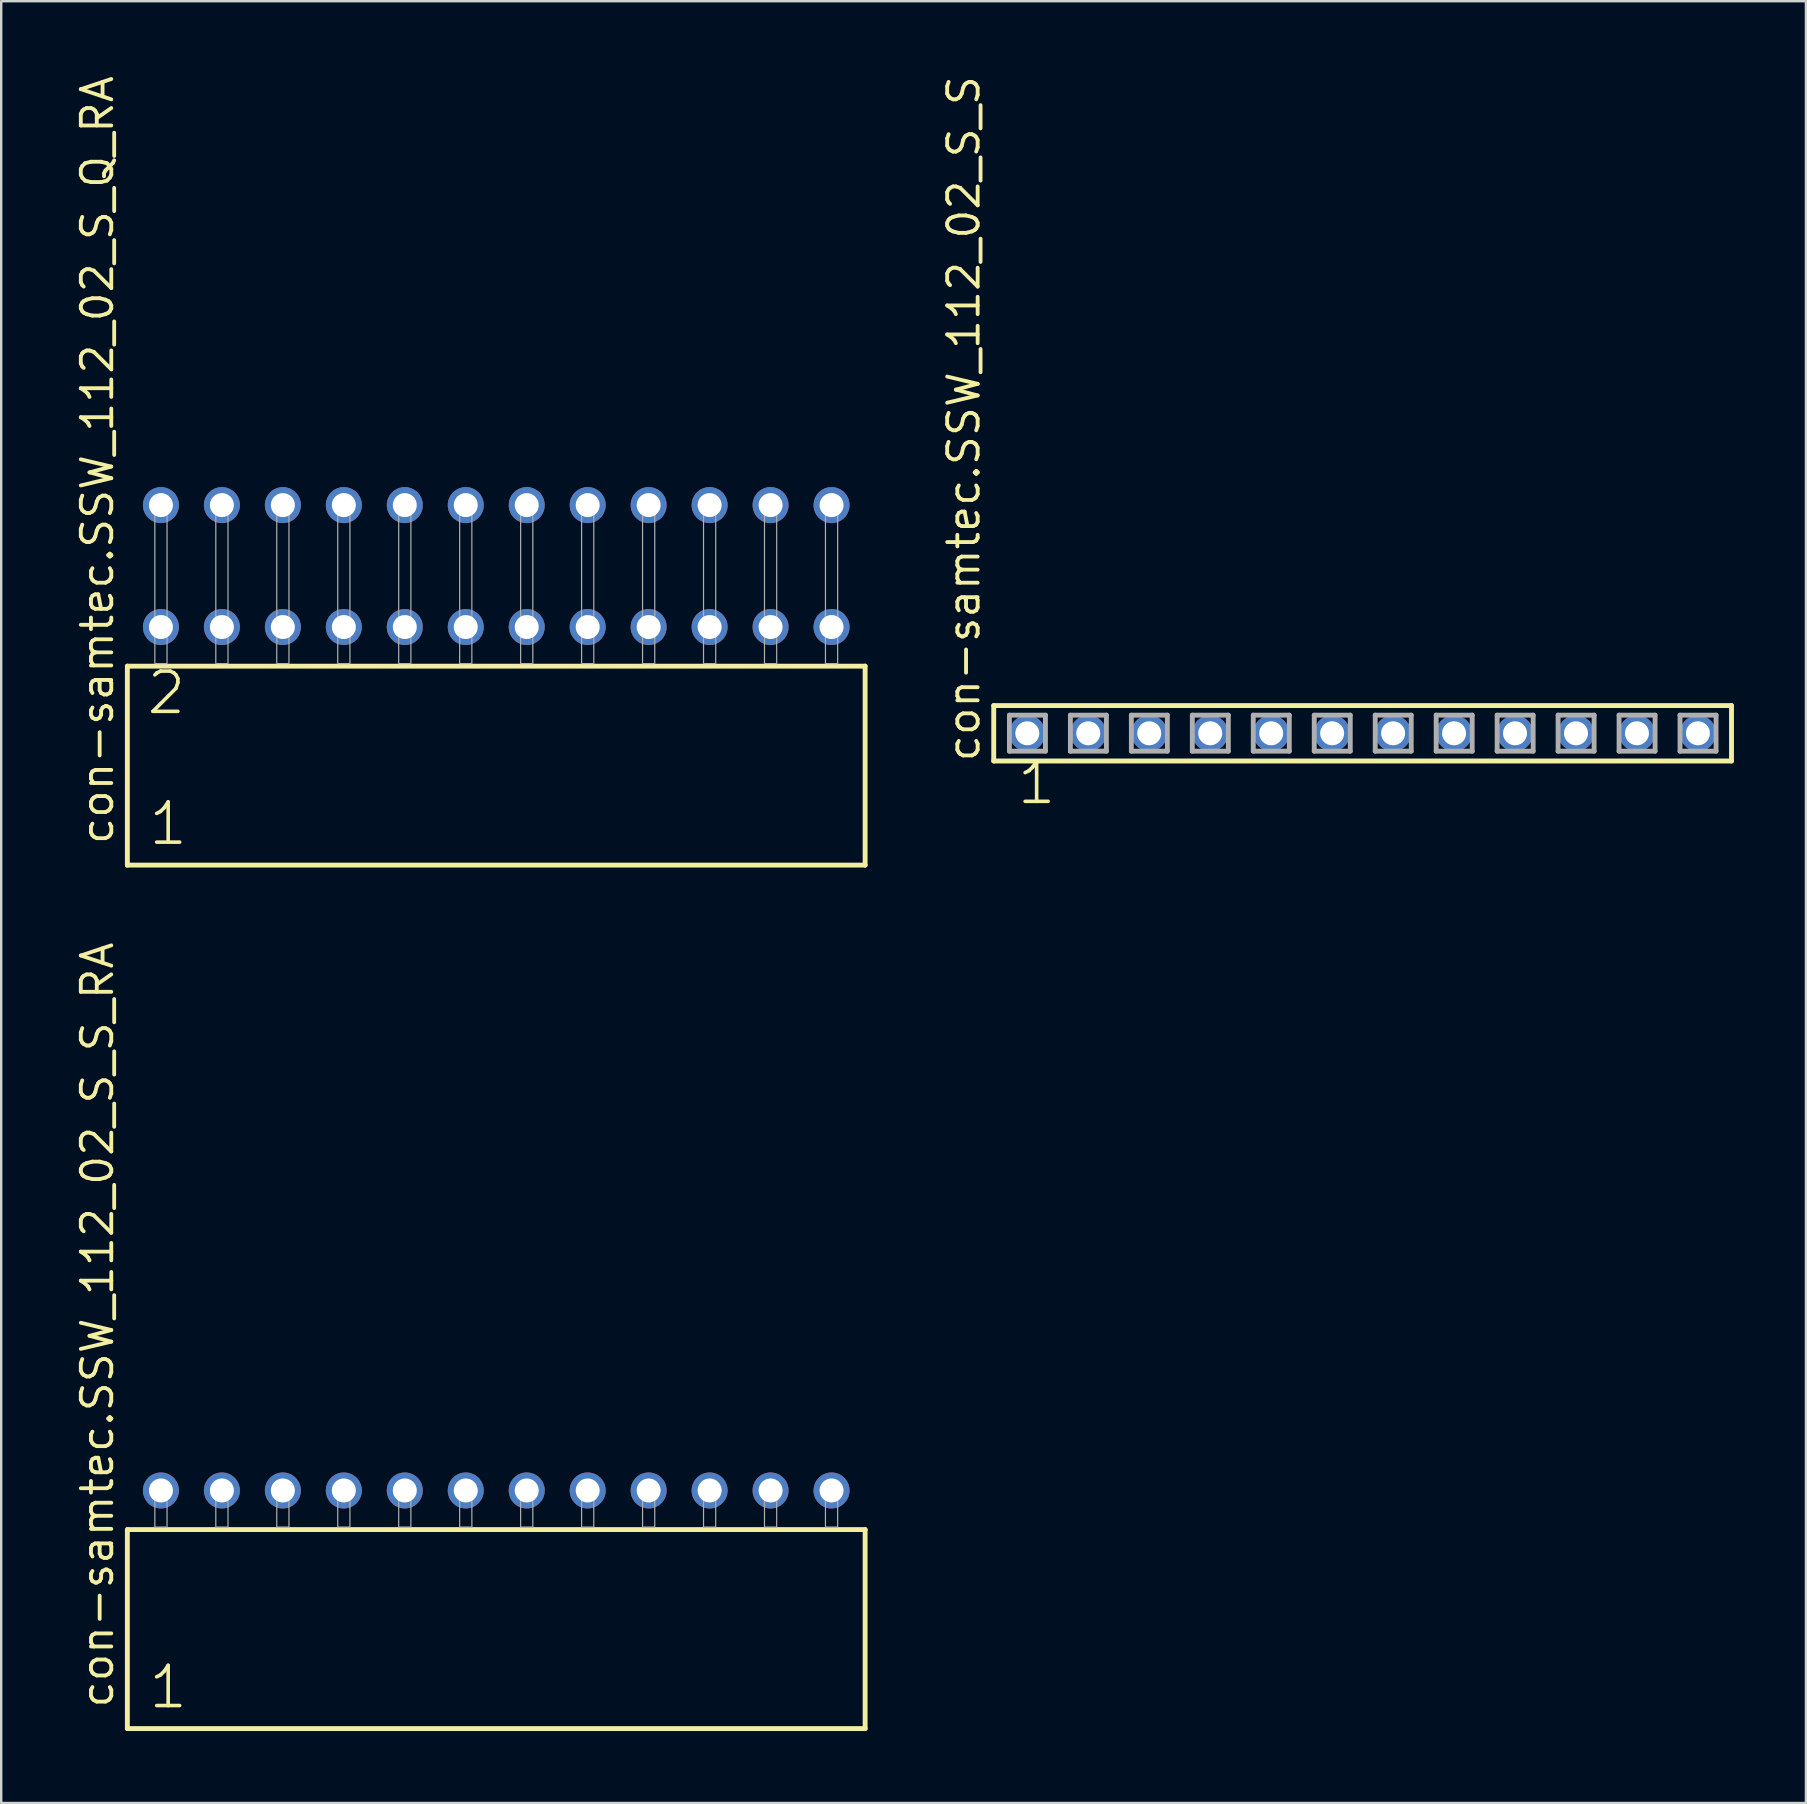
<source format=kicad_pcb>
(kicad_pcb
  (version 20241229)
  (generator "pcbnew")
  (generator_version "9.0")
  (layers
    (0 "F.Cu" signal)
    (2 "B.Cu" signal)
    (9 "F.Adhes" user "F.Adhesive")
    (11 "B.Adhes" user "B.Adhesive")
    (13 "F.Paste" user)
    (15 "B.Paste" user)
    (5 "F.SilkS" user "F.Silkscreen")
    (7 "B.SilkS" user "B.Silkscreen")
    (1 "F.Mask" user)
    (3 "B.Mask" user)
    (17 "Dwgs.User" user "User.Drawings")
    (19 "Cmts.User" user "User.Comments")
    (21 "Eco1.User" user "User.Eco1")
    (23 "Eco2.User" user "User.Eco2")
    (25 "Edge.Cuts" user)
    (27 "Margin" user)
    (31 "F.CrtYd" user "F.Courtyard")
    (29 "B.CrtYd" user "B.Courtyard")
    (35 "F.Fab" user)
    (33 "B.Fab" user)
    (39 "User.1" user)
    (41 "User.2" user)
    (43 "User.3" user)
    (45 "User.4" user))
  (footprint "con-samtec.SSW_112_02_S_S_RA"
    (layer "F.Cu")
    (at 17.625 60.572)
    (property "Reference" "con-samtec.SSW_112_02_S_S_RA" (at -15.875 7.62 90) (layer "F.SilkS") (effects (font (size 1.27 1.27) (thickness 0.16)) (justify left bottom)))
    (attr through_hole)
    (fp_line (start -15.369 0.106) (end -15.369 8.396) (stroke (width 0.203) (type default)) (layer "F.SilkS"))
    (fp_line (start -15.369 8.396) (end 15.369 8.396) (stroke (width 0.203) (type default)) (layer "F.SilkS"))
    (fp_line (start 15.369 0.106) (end -15.369 0.106) (stroke (width 0.203) (type default)) (layer "F.SilkS"))
    (fp_line (start 15.369 8.396) (end 15.369 0.106) (stroke (width 0.203) (type default)) (layer "F.SilkS"))
    (fp_rect (start -14.224 0) (end -13.716 -1.778) (stroke (width 0.05) (type default)) (fill no) (layer "F.Fab"))
    (fp_rect (start -11.684 0) (end -11.176 -1.778) (stroke (width 0.05) (type default)) (fill no) (layer "F.Fab"))
    (fp_rect (start -9.144 0) (end -8.636 -1.778) (stroke (width 0.05) (type default)) (fill no) (layer "F.Fab"))
    (fp_rect (start -6.604 0) (end -6.096 -1.778) (stroke (width 0.05) (type default)) (fill no) (layer "F.Fab"))
    (fp_rect (start -4.064 0) (end -3.556 -1.778) (stroke (width 0.05) (type default)) (fill no) (layer "F.Fab"))
    (fp_rect (start -1.524 0) (end -1.016 -1.778) (stroke (width 0.05) (type default)) (fill no) (layer "F.Fab"))
    (fp_rect (start 1.016 0) (end 1.524 -1.778) (stroke (width 0.05) (type default)) (fill no) (layer "F.Fab"))
    (fp_rect (start 3.556 0) (end 4.064 -1.778) (stroke (width 0.05) (type default)) (fill no) (layer "F.Fab"))
    (fp_rect (start 6.096 0) (end 6.604 -1.778) (stroke (width 0.05) (type default)) (fill no) (layer "F.Fab"))
    (fp_rect (start 8.636 0) (end 9.144 -1.778) (stroke (width 0.05) (type default)) (fill no) (layer "F.Fab"))
    (fp_rect (start 11.176 0) (end 11.684 -1.778) (stroke (width 0.05) (type default)) (fill no) (layer "F.Fab"))
    (fp_rect (start 13.716 0) (end 14.224 -1.778) (stroke (width 0.05) (type default)) (fill no) (layer "F.Fab"))
    (fp_text user "1" (at -14.565 7.65 0) (layer "F.SilkS") (effects (font (size 1.676 1.676) (thickness 0.15)) (justify left bottom)))
    (pad "1" thru_hole circle (at -13.97 -1.524) (size 1.5 1.5) (drill 1) (layers "*.Cu" "*.Mask"))
    (pad "2" thru_hole circle (at -11.43 -1.524) (size 1.5 1.5) (drill 1) (layers "*.Cu" "*.Mask"))
    (pad "3" thru_hole circle (at -8.89 -1.524) (size 1.5 1.5) (drill 1) (layers "*.Cu" "*.Mask"))
    (pad "4" thru_hole circle (at -6.35 -1.524) (size 1.5 1.5) (drill 1) (layers "*.Cu" "*.Mask"))
    (pad "5" thru_hole circle (at -3.81 -1.524) (size 1.5 1.5) (drill 1) (layers "*.Cu" "*.Mask"))
    (pad "6" thru_hole circle (at -1.27 -1.524) (size 1.5 1.5) (drill 1) (layers "*.Cu" "*.Mask"))
    (pad "7" thru_hole circle (at 1.27 -1.524) (size 1.5 1.5) (drill 1) (layers "*.Cu" "*.Mask"))
    (pad "8" thru_hole circle (at 3.81 -1.524) (size 1.5 1.5) (drill 1) (layers "*.Cu" "*.Mask"))
    (pad "9" thru_hole circle (at 6.35 -1.524) (size 1.5 1.5) (drill 1) (layers "*.Cu" "*.Mask"))
    (pad "10" thru_hole circle (at 8.89 -1.524) (size 1.5 1.5) (drill 1) (layers "*.Cu" "*.Mask"))
    (pad "11" thru_hole circle (at 11.43 -1.524) (size 1.5 1.5) (drill 1) (layers "*.Cu" "*.Mask"))
    (pad "12" thru_hole circle (at 13.97 -1.524) (size 1.5 1.5) (drill 1) (layers "*.Cu" "*.Mask")))
  (footprint "con-samtec.SSW_112_02_S_Q_RA"
    (layer "F.Cu")
    (at 17.625 24.598)
    (property "Reference" "con-samtec.SSW_112_02_S_Q_RA" (at -15.875 7.62 90) (layer "F.SilkS") (effects (font (size 1.27 1.27) (thickness 0.16)) (justify left bottom)))
    (attr through_hole)
    (fp_line (start -15.369 0.106) (end -15.369 8.396) (stroke (width 0.203) (type default)) (layer "F.SilkS"))
    (fp_line (start -15.369 8.396) (end 15.369 8.396) (stroke (width 0.203) (type default)) (layer "F.SilkS"))
    (fp_line (start 15.369 0.106) (end -15.369 0.106) (stroke (width 0.203) (type default)) (layer "F.SilkS"))
    (fp_line (start 15.369 8.396) (end 15.369 0.106) (stroke (width 0.203) (type default)) (layer "F.SilkS"))
    (fp_rect (start -14.224 0) (end -13.716 -6.858) (stroke (width 0.05) (type default)) (fill no) (layer "F.Fab"))
    (fp_rect (start -11.684 0) (end -11.176 -6.858) (stroke (width 0.05) (type default)) (fill no) (layer "F.Fab"))
    (fp_rect (start -9.144 0) (end -8.636 -6.858) (stroke (width 0.05) (type default)) (fill no) (layer "F.Fab"))
    (fp_rect (start -6.604 0) (end -6.096 -6.858) (stroke (width 0.05) (type default)) (fill no) (layer "F.Fab"))
    (fp_rect (start -4.064 0) (end -3.556 -6.858) (stroke (width 0.05) (type default)) (fill no) (layer "F.Fab"))
    (fp_rect (start -1.524 0) (end -1.016 -6.858) (stroke (width 0.05) (type default)) (fill no) (layer "F.Fab"))
    (fp_rect (start 1.016 0) (end 1.524 -6.858) (stroke (width 0.05) (type default)) (fill no) (layer "F.Fab"))
    (fp_rect (start 3.556 0) (end 4.064 -6.858) (stroke (width 0.05) (type default)) (fill no) (layer "F.Fab"))
    (fp_rect (start 6.096 0) (end 6.604 -6.858) (stroke (width 0.05) (type default)) (fill no) (layer "F.Fab"))
    (fp_rect (start 8.636 0) (end 9.144 -6.858) (stroke (width 0.05) (type default)) (fill no) (layer "F.Fab"))
    (fp_rect (start 11.176 0) (end 11.684 -6.858) (stroke (width 0.05) (type default)) (fill no) (layer "F.Fab"))
    (fp_rect (start 13.716 0) (end 14.224 -6.858) (stroke (width 0.05) (type default)) (fill no) (layer "F.Fab"))
    (fp_text user "2" (at -14.64 2.2 0) (layer "F.SilkS") (effects (font (size 1.676 1.676) (thickness 0.15)) (justify left bottom)))
    (fp_text user "1" (at -14.565 7.65 0) (layer "F.SilkS") (effects (font (size 1.676 1.676) (thickness 0.15)) (justify left bottom)))
    (pad "1" thru_hole circle (at -13.97 -1.524) (size 1.5 1.5) (drill 1) (layers "*.Cu" "*.Mask"))
    (pad "2" thru_hole circle (at -13.97 -6.604) (size 1.5 1.5) (drill 1) (layers "*.Cu" "*.Mask"))
    (pad "3" thru_hole circle (at -11.43 -1.524) (size 1.5 1.5) (drill 1) (layers "*.Cu" "*.Mask"))
    (pad "4" thru_hole circle (at -11.43 -6.604) (size 1.5 1.5) (drill 1) (layers "*.Cu" "*.Mask"))
    (pad "5" thru_hole circle (at -8.89 -1.524) (size 1.5 1.5) (drill 1) (layers "*.Cu" "*.Mask"))
    (pad "6" thru_hole circle (at -8.89 -6.604) (size 1.5 1.5) (drill 1) (layers "*.Cu" "*.Mask"))
    (pad "7" thru_hole circle (at -6.35 -1.524) (size 1.5 1.5) (drill 1) (layers "*.Cu" "*.Mask"))
    (pad "8" thru_hole circle (at -6.35 -6.604) (size 1.5 1.5) (drill 1) (layers "*.Cu" "*.Mask"))
    (pad "9" thru_hole circle (at -3.81 -1.524) (size 1.5 1.5) (drill 1) (layers "*.Cu" "*.Mask"))
    (pad "10" thru_hole circle (at -3.81 -6.604) (size 1.5 1.5) (drill 1) (layers "*.Cu" "*.Mask"))
    (pad "11" thru_hole circle (at -1.27 -1.524) (size 1.5 1.5) (drill 1) (layers "*.Cu" "*.Mask"))
    (pad "12" thru_hole circle (at -1.27 -6.604) (size 1.5 1.5) (drill 1) (layers "*.Cu" "*.Mask"))
    (pad "13" thru_hole circle (at 1.27 -1.524) (size 1.5 1.5) (drill 1) (layers "*.Cu" "*.Mask"))
    (pad "14" thru_hole circle (at 1.27 -6.604) (size 1.5 1.5) (drill 1) (layers "*.Cu" "*.Mask"))
    (pad "15" thru_hole circle (at 3.81 -1.524) (size 1.5 1.5) (drill 1) (layers "*.Cu" "*.Mask"))
    (pad "16" thru_hole circle (at 3.81 -6.604) (size 1.5 1.5) (drill 1) (layers "*.Cu" "*.Mask"))
    (pad "17" thru_hole circle (at 6.35 -1.524) (size 1.5 1.5) (drill 1) (layers "*.Cu" "*.Mask"))
    (pad "18" thru_hole circle (at 6.35 -6.604) (size 1.5 1.5) (drill 1) (layers "*.Cu" "*.Mask"))
    (pad "19" thru_hole circle (at 8.89 -1.524) (size 1.5 1.5) (drill 1) (layers "*.Cu" "*.Mask"))
    (pad "20" thru_hole circle (at 8.89 -6.604) (size 1.5 1.5) (drill 1) (layers "*.Cu" "*.Mask"))
    (pad "21" thru_hole circle (at 11.43 -1.524) (size 1.5 1.5) (drill 1) (layers "*.Cu" "*.Mask"))
    (pad "22" thru_hole circle (at 11.43 -6.604) (size 1.5 1.5) (drill 1) (layers "*.Cu" "*.Mask"))
    (pad "23" thru_hole circle (at 13.97 -1.524) (size 1.5 1.5) (drill 1) (layers "*.Cu" "*.Mask"))
    (pad "24" thru_hole circle (at 13.97 -6.604) (size 1.5 1.5) (drill 1) (layers "*.Cu" "*.Mask")))
  (footprint "con-samtec.SSW_112_02_S_S"
    (layer "F.Cu")
    (at 53.721 27.501)
    (property "Reference" "con-samtec.SSW_112_02_S_S" (at -15.875 1.27 90) (layer "F.SilkS") (effects (font (size 1.27 1.27) (thickness 0.16)) (justify left bottom)))
    (attr through_hole)
    (fp_line (start -15.369 -1.155) (end 15.369 -1.155) (stroke (width 0.203) (type default)) (layer "F.SilkS"))
    (fp_line (start -15.369 1.155) (end -15.369 -1.155) (stroke (width 0.203) (type default)) (layer "F.SilkS"))
    (fp_line (start 15.369 -1.155) (end 15.369 1.155) (stroke (width 0.203) (type default)) (layer "F.SilkS"))
    (fp_line (start 15.369 1.155) (end -15.369 1.155) (stroke (width 0.203) (type default)) (layer "F.SilkS"))
    (fp_line (start -14.715 -0.755) (end -13.215 -0.755) (stroke (width 0.203) (type default)) (layer "F.Fab"))
    (fp_line (start -14.715 0.745) (end -14.715 -0.755) (stroke (width 0.203) (type default)) (layer "F.Fab"))
    (fp_line (start -13.215 -0.755) (end -13.215 0.745) (stroke (width 0.203) (type default)) (layer "F.Fab"))
    (fp_line (start -13.215 0.745) (end -14.715 0.745) (stroke (width 0.203) (type default)) (layer "F.Fab"))
    (fp_line (start -12.175 -0.755) (end -10.675 -0.755) (stroke (width 0.203) (type default)) (layer "F.Fab"))
    (fp_line (start -12.175 0.745) (end -12.175 -0.755) (stroke (width 0.203) (type default)) (layer "F.Fab"))
    (fp_line (start -10.675 -0.755) (end -10.675 0.745) (stroke (width 0.203) (type default)) (layer "F.Fab"))
    (fp_line (start -10.675 0.745) (end -12.175 0.745) (stroke (width 0.203) (type default)) (layer "F.Fab"))
    (fp_line (start -9.635 -0.755) (end -8.135 -0.755) (stroke (width 0.203) (type default)) (layer "F.Fab"))
    (fp_line (start -9.635 0.745) (end -9.635 -0.755) (stroke (width 0.203) (type default)) (layer "F.Fab"))
    (fp_line (start -8.135 -0.755) (end -8.135 0.745) (stroke (width 0.203) (type default)) (layer "F.Fab"))
    (fp_line (start -8.135 0.745) (end -9.635 0.745) (stroke (width 0.203) (type default)) (layer "F.Fab"))
    (fp_line (start -7.095 -0.755) (end -5.595 -0.755) (stroke (width 0.203) (type default)) (layer "F.Fab"))
    (fp_line (start -7.095 0.745) (end -7.095 -0.755) (stroke (width 0.203) (type default)) (layer "F.Fab"))
    (fp_line (start -5.595 -0.755) (end -5.595 0.745) (stroke (width 0.203) (type default)) (layer "F.Fab"))
    (fp_line (start -5.595 0.745) (end -7.095 0.745) (stroke (width 0.203) (type default)) (layer "F.Fab"))
    (fp_line (start -4.555 -0.755) (end -3.055 -0.755) (stroke (width 0.203) (type default)) (layer "F.Fab"))
    (fp_line (start -4.555 0.745) (end -4.555 -0.755) (stroke (width 0.203) (type default)) (layer "F.Fab"))
    (fp_line (start -3.055 -0.755) (end -3.055 0.745) (stroke (width 0.203) (type default)) (layer "F.Fab"))
    (fp_line (start -3.055 0.745) (end -4.555 0.745) (stroke (width 0.203) (type default)) (layer "F.Fab"))
    (fp_line (start -2.015 -0.755) (end -0.515 -0.755) (stroke (width 0.203) (type default)) (layer "F.Fab"))
    (fp_line (start -2.015 0.745) (end -2.015 -0.755) (stroke (width 0.203) (type default)) (layer "F.Fab"))
    (fp_line (start -0.515 -0.755) (end -0.515 0.745) (stroke (width 0.203) (type default)) (layer "F.Fab"))
    (fp_line (start -0.515 0.745) (end -2.015 0.745) (stroke (width 0.203) (type default)) (layer "F.Fab"))
    (fp_line (start 0.525 -0.755) (end 2.025 -0.755) (stroke (width 0.203) (type default)) (layer "F.Fab"))
    (fp_line (start 0.525 0.745) (end 0.525 -0.755) (stroke (width 0.203) (type default)) (layer "F.Fab"))
    (fp_line (start 2.025 -0.755) (end 2.025 0.745) (stroke (width 0.203) (type default)) (layer "F.Fab"))
    (fp_line (start 2.025 0.745) (end 0.525 0.745) (stroke (width 0.203) (type default)) (layer "F.Fab"))
    (fp_line (start 3.065 -0.755) (end 4.565 -0.755) (stroke (width 0.203) (type default)) (layer "F.Fab"))
    (fp_line (start 3.065 0.745) (end 3.065 -0.755) (stroke (width 0.203) (type default)) (layer "F.Fab"))
    (fp_line (start 4.565 -0.755) (end 4.565 0.745) (stroke (width 0.203) (type default)) (layer "F.Fab"))
    (fp_line (start 4.565 0.745) (end 3.065 0.745) (stroke (width 0.203) (type default)) (layer "F.Fab"))
    (fp_line (start 5.605 -0.755) (end 7.105 -0.755) (stroke (width 0.203) (type default)) (layer "F.Fab"))
    (fp_line (start 5.605 0.745) (end 5.605 -0.755) (stroke (width 0.203) (type default)) (layer "F.Fab"))
    (fp_line (start 7.105 -0.755) (end 7.105 0.745) (stroke (width 0.203) (type default)) (layer "F.Fab"))
    (fp_line (start 7.105 0.745) (end 5.605 0.745) (stroke (width 0.203) (type default)) (layer "F.Fab"))
    (fp_line (start 8.145 -0.755) (end 9.645 -0.755) (stroke (width 0.203) (type default)) (layer "F.Fab"))
    (fp_line (start 8.145 0.745) (end 8.145 -0.755) (stroke (width 0.203) (type default)) (layer "F.Fab"))
    (fp_line (start 9.645 -0.755) (end 9.645 0.745) (stroke (width 0.203) (type default)) (layer "F.Fab"))
    (fp_line (start 9.645 0.745) (end 8.145 0.745) (stroke (width 0.203) (type default)) (layer "F.Fab"))
    (fp_line (start 10.685 -0.755) (end 12.185 -0.755) (stroke (width 0.203) (type default)) (layer "F.Fab"))
    (fp_line (start 10.685 0.745) (end 10.685 -0.755) (stroke (width 0.203) (type default)) (layer "F.Fab"))
    (fp_line (start 12.185 -0.755) (end 12.185 0.745) (stroke (width 0.203) (type default)) (layer "F.Fab"))
    (fp_line (start 12.185 0.745) (end 10.685 0.745) (stroke (width 0.203) (type default)) (layer "F.Fab"))
    (fp_line (start 13.225 -0.755) (end 14.725 -0.755) (stroke (width 0.203) (type default)) (layer "F.Fab"))
    (fp_line (start 13.225 0.745) (end 13.225 -0.755) (stroke (width 0.203) (type default)) (layer "F.Fab"))
    (fp_line (start 14.725 -0.755) (end 14.725 0.745) (stroke (width 0.203) (type default)) (layer "F.Fab"))
    (fp_line (start 14.725 0.745) (end 13.225 0.745) (stroke (width 0.203) (type default)) (layer "F.Fab"))
    (fp_text user "1" (at -14.478 3.048 0) (layer "F.SilkS") (effects (font (size 1.676 1.676) (thickness 0.15)) (justify left bottom)))
    (pad "1" thru_hole circle (at -13.97 0) (size 1.5 1.5) (drill 1) (layers "*.Cu" "*.Mask"))
    (pad "2" thru_hole circle (at -11.43 0) (size 1.5 1.5) (drill 1) (layers "*.Cu" "*.Mask"))
    (pad "3" thru_hole circle (at -8.89 0) (size 1.5 1.5) (drill 1) (layers "*.Cu" "*.Mask"))
    (pad "4" thru_hole circle (at -6.35 0) (size 1.5 1.5) (drill 1) (layers "*.Cu" "*.Mask"))
    (pad "5" thru_hole circle (at -3.81 0) (size 1.5 1.5) (drill 1) (layers "*.Cu" "*.Mask"))
    (pad "6" thru_hole circle (at -1.27 0) (size 1.5 1.5) (drill 1) (layers "*.Cu" "*.Mask"))
    (pad "7" thru_hole circle (at 1.27 0) (size 1.5 1.5) (drill 1) (layers "*.Cu" "*.Mask"))
    (pad "8" thru_hole circle (at 3.81 0) (size 1.5 1.5) (drill 1) (layers "*.Cu" "*.Mask"))
    (pad "9" thru_hole circle (at 6.35 0) (size 1.5 1.5) (drill 1) (layers "*.Cu" "*.Mask"))
    (pad "10" thru_hole circle (at 8.89 0) (size 1.5 1.5) (drill 1) (layers "*.Cu" "*.Mask"))
    (pad "11" thru_hole circle (at 11.43 0) (size 1.5 1.5) (drill 1) (layers "*.Cu" "*.Mask"))
    (pad "12" thru_hole circle (at 13.97 0) (size 1.5 1.5) (drill 1) (layers "*.Cu" "*.Mask")))
  (gr_rect
    (start -3 -3)
    (end 72.191 72.07)
    (stroke (width 0.1) (type default))
    (fill no)
    (layer "Edge.Cuts")))
</source>
